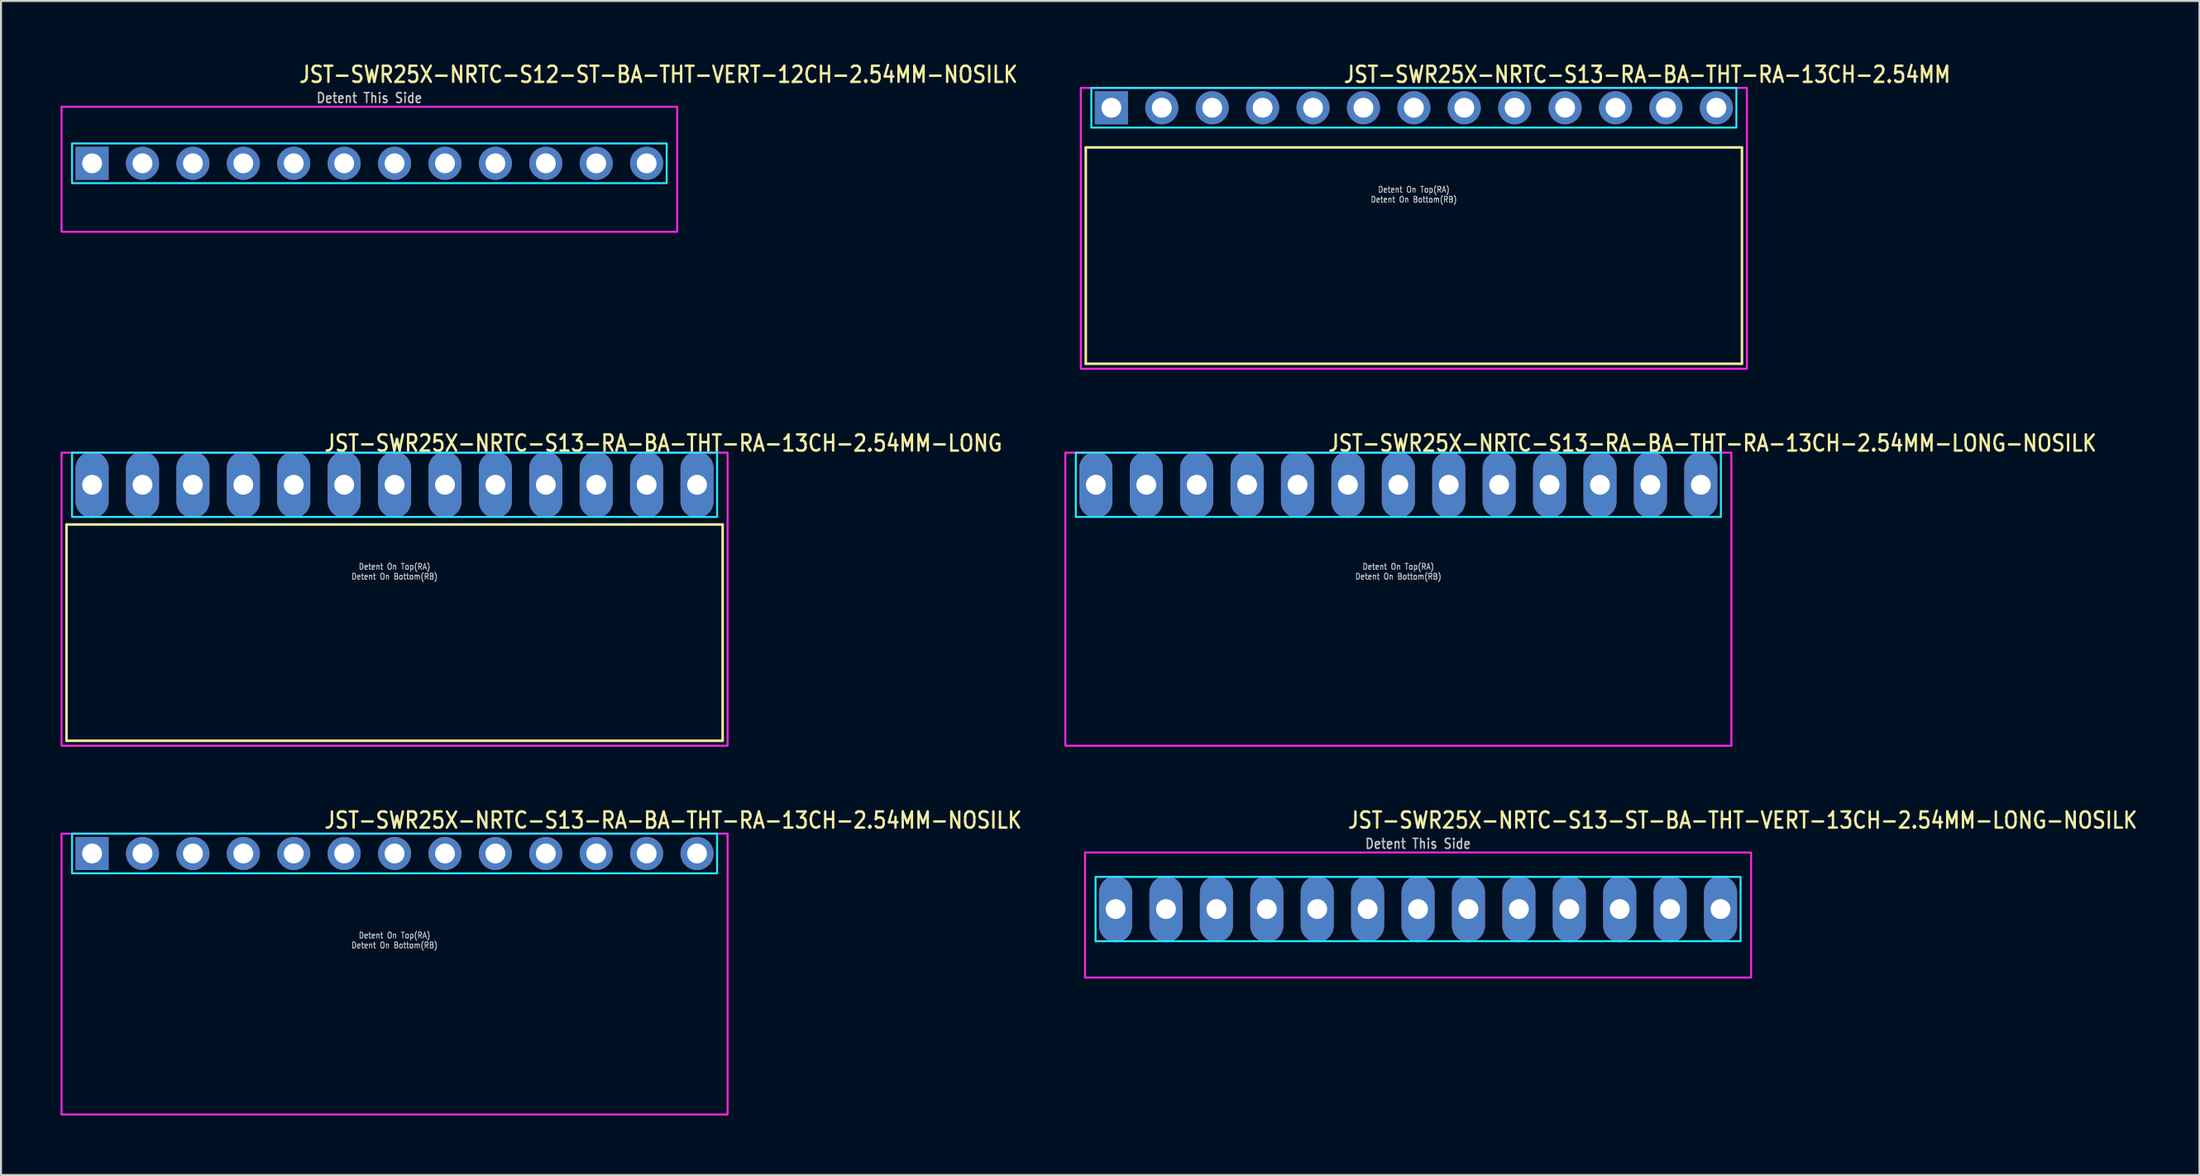
<source format=kicad_pcb>
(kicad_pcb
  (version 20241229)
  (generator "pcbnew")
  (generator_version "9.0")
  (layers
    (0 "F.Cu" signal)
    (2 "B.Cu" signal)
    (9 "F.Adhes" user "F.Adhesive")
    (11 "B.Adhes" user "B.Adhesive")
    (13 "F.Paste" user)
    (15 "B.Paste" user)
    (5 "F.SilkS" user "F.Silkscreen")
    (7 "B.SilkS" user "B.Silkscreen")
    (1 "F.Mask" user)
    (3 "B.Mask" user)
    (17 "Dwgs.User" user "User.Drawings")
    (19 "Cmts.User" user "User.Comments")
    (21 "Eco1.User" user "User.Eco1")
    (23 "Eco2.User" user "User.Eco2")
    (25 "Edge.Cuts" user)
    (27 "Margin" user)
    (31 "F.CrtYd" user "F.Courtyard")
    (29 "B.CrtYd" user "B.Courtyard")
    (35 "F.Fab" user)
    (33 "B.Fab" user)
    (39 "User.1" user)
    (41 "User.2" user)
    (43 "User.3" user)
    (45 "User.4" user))
  (footprint "JST-SWR25X-NRTC-S12-ST-BA-THT-VERT-12CH-2.54MM-NOSILK"
    (layer "F.Cu")
    (at 15.56 5.179)
    (property "Reference" "JST-SWR25X-NRTC-S12-ST-BA-THT-VERT-12CH-2.54MM-NOSILK" (at -3.6 -4 0) (unlocked yes) (layer "F.SilkS") (effects (font (size 0.813 0.695) (thickness 0.122)) (justify left bottom)))
    (fp_poly (pts (xy -14.98 -1) (xy -14.98 1) (xy 14.98 1) (xy 14.98 -1)) (stroke (width 0.1) (type solid)) (fill no) (layer "B.CrtYd"))
    (fp_poly (pts (xy -15.51 -2.85) (xy -15.51 3.45) (xy 15.51 3.45) (xy 15.51 -2.85)) (stroke (width 0.1) (type solid)) (fill no) (layer "F.CrtYd"))
    (fp_text user "Detent This Side" (at 0 -3 0) (unlocked yes) (layer "Dwgs.User") (effects (font (size 0.5 0.427) (thickness 0.075)) (justify bottom)))
    (pad "1" thru_hole rect (at -13.97 0) (size 1.667 1.667) (drill 1) (layers "*.Cu" "*.Mask"))
    (pad "2" thru_hole oval (at -11.43 0) (size 1.667 1.667) (drill 1) (layers "*.Cu" "*.Mask"))
    (pad "3" thru_hole oval (at -8.89 0) (size 1.667 1.667) (drill 1) (layers "*.Cu" "*.Mask"))
    (pad "4" thru_hole oval (at -6.35 0) (size 1.667 1.667) (drill 1) (layers "*.Cu" "*.Mask"))
    (pad "5" thru_hole oval (at -3.81 0) (size 1.667 1.667) (drill 1) (layers "*.Cu" "*.Mask"))
    (pad "6" thru_hole oval (at -1.27 0) (size 1.667 1.667) (drill 1) (layers "*.Cu" "*.Mask"))
    (pad "7" thru_hole oval (at 1.27 0) (size 1.667 1.667) (drill 1) (layers "*.Cu" "*.Mask"))
    (pad "8" thru_hole oval (at 3.81 0) (size 1.667 1.667) (drill 1) (layers "*.Cu" "*.Mask"))
    (pad "9" thru_hole oval (at 6.35 0) (size 1.667 1.667) (drill 1) (layers "*.Cu" "*.Mask"))
    (pad "10" thru_hole oval (at 8.89 0) (size 1.667 1.667) (drill 1) (layers "*.Cu" "*.Mask"))
    (pad "11" thru_hole oval (at 11.43 0) (size 1.667 1.667) (drill 1) (layers "*.Cu" "*.Mask"))
    (pad "12" thru_hole oval (at 13.97 0) (size 1.667 1.667) (drill 1) (layers "*.Cu" "*.Mask")))
  (footprint "JST-SWR25X-NRTC-S13-RA-BA-THT-RA-13CH-2.54MM-LONG"
    (layer "F.Cu")
    (at 16.83 21.377)
    (property "Reference" "JST-SWR25X-NRTC-S13-RA-BA-THT-RA-13CH-2.54MM-LONG" (at -3.6 -1.62 0) (unlocked yes) (layer "F.SilkS") (effects (font (size 0.813 0.695) (thickness 0.122)) (justify left bottom)))
    (fp_line (start -16.53 2) (end 16.53 2) (stroke (width 0.127) (type solid)) (layer "F.SilkS"))
    (fp_line (start -16.53 12.9) (end -16.53 2) (stroke (width 0.127) (type solid)) (layer "F.SilkS"))
    (fp_line (start -16.53 12.9) (end 16.53 12.9) (stroke (width 0.127) (type solid)) (layer "F.SilkS"))
    (fp_line (start 16.53 2) (end 16.53 12.9) (stroke (width 0.127) (type solid)) (layer "F.SilkS"))
    (fp_poly (pts (xy -16.25 -1.62) (xy -16.25 1.62) (xy 16.25 1.62) (xy 16.25 -1.62)) (stroke (width 0.1) (type solid)) (fill no) (layer "B.CrtYd"))
    (fp_poly (pts (xy -16.78 -1.62) (xy -16.78 13.15) (xy 16.78 13.15) (xy 16.78 -1.62)) (stroke (width 0.1) (type solid)) (fill no) (layer "F.CrtYd"))
    (fp_text user "Detent On Bottom(RB)" (at 0 4.8 0) (unlocked yes) (layer "Dwgs.User") (effects (font (size 0.3 0.257) (thickness 0.045)) (justify bottom)))
    (fp_text user "Detent On Top(RA)" (at 0 4.3 0) (unlocked yes) (layer "Dwgs.User") (effects (font (size 0.3 0.257) (thickness 0.045)) (justify bottom)))
    (pad "1" thru_hole oval (at -15.24 0 90) (size 3.333 1.667) (drill 1) (layers "*.Cu" "*.Mask"))
    (pad "2" thru_hole oval (at -12.7 0 90) (size 3.333 1.667) (drill 1) (layers "*.Cu" "*.Mask"))
    (pad "3" thru_hole oval (at -10.16 0 90) (size 3.333 1.667) (drill 1) (layers "*.Cu" "*.Mask"))
    (pad "4" thru_hole oval (at -7.62 0 90) (size 3.333 1.667) (drill 1) (layers "*.Cu" "*.Mask"))
    (pad "5" thru_hole oval (at -5.08 0 90) (size 3.333 1.667) (drill 1) (layers "*.Cu" "*.Mask"))
    (pad "6" thru_hole oval (at -2.54 0 90) (size 3.333 1.667) (drill 1) (layers "*.Cu" "*.Mask"))
    (pad "7" thru_hole oval (at 0 0 90) (size 3.333 1.667) (drill 1) (layers "*.Cu" "*.Mask"))
    (pad "8" thru_hole oval (at 2.54 0 90) (size 3.333 1.667) (drill 1) (layers "*.Cu" "*.Mask"))
    (pad "9" thru_hole oval (at 5.08 0 90) (size 3.333 1.667) (drill 1) (layers "*.Cu" "*.Mask"))
    (pad "10" thru_hole oval (at 7.62 0 90) (size 3.333 1.667) (drill 1) (layers "*.Cu" "*.Mask"))
    (pad "11" thru_hole oval (at 10.16 0 90) (size 3.333 1.667) (drill 1) (layers "*.Cu" "*.Mask"))
    (pad "12" thru_hole oval (at 12.7 0 90) (size 3.333 1.667) (drill 1) (layers "*.Cu" "*.Mask"))
    (pad "13" thru_hole oval (at 15.24 0 90) (size 3.333 1.667) (drill 1) (layers "*.Cu" "*.Mask")))
  (footprint "JST-SWR25X-NRTC-S13-RA-BA-THT-RA-13CH-2.54MM"
    (layer "F.Cu")
    (at 68.187 2.379)
    (property "Reference" "JST-SWR25X-NRTC-S13-RA-BA-THT-RA-13CH-2.54MM" (at -3.6 -1.2 0) (unlocked yes) (layer "F.SilkS") (effects (font (size 0.813 0.695) (thickness 0.122)) (justify left bottom)))
    (fp_line (start -16.53 2) (end 16.53 2) (stroke (width 0.127) (type solid)) (layer "F.SilkS"))
    (fp_line (start -16.53 12.9) (end -16.53 2) (stroke (width 0.127) (type solid)) (layer "F.SilkS"))
    (fp_line (start -16.53 12.9) (end 16.53 12.9) (stroke (width 0.127) (type solid)) (layer "F.SilkS"))
    (fp_line (start 16.53 2) (end 16.53 12.9) (stroke (width 0.127) (type solid)) (layer "F.SilkS"))
    (fp_poly (pts (xy -16.25 -1) (xy -16.25 1) (xy 16.25 1) (xy 16.25 -1)) (stroke (width 0.1) (type solid)) (fill no) (layer "B.CrtYd"))
    (fp_poly (pts (xy -16.78 -1) (xy -16.78 13.15) (xy 16.78 13.15) (xy 16.78 -1)) (stroke (width 0.1) (type solid)) (fill no) (layer "F.CrtYd"))
    (fp_text user "Detent On Bottom(RB)" (at 0 4.8 0) (unlocked yes) (layer "Dwgs.User") (effects (font (size 0.3 0.257) (thickness 0.045)) (justify bottom)))
    (fp_text user "Detent On Top(RA)" (at 0 4.3 0) (unlocked yes) (layer "Dwgs.User") (effects (font (size 0.3 0.257) (thickness 0.045)) (justify bottom)))
    (pad "1" thru_hole rect (at -15.24 0) (size 1.667 1.667) (drill 1) (layers "*.Cu" "*.Mask"))
    (pad "2" thru_hole oval (at -12.7 0) (size 1.667 1.667) (drill 1) (layers "*.Cu" "*.Mask"))
    (pad "3" thru_hole oval (at -10.16 0) (size 1.667 1.667) (drill 1) (layers "*.Cu" "*.Mask"))
    (pad "4" thru_hole oval (at -7.62 0) (size 1.667 1.667) (drill 1) (layers "*.Cu" "*.Mask"))
    (pad "5" thru_hole oval (at -5.08 0) (size 1.667 1.667) (drill 1) (layers "*.Cu" "*.Mask"))
    (pad "6" thru_hole oval (at -2.54 0) (size 1.667 1.667) (drill 1) (layers "*.Cu" "*.Mask"))
    (pad "7" thru_hole oval (at 0 0) (size 1.667 1.667) (drill 1) (layers "*.Cu" "*.Mask"))
    (pad "8" thru_hole oval (at 2.54 0) (size 1.667 1.667) (drill 1) (layers "*.Cu" "*.Mask"))
    (pad "9" thru_hole oval (at 5.08 0) (size 1.667 1.667) (drill 1) (layers "*.Cu" "*.Mask"))
    (pad "10" thru_hole oval (at 7.62 0) (size 1.667 1.667) (drill 1) (layers "*.Cu" "*.Mask"))
    (pad "11" thru_hole oval (at 10.16 0) (size 1.667 1.667) (drill 1) (layers "*.Cu" "*.Mask"))
    (pad "12" thru_hole oval (at 12.7 0) (size 1.667 1.667) (drill 1) (layers "*.Cu" "*.Mask"))
    (pad "13" thru_hole oval (at 15.24 0) (size 1.667 1.667) (drill 1) (layers "*.Cu" "*.Mask")))
  (footprint "JST-SWR25X-NRTC-S13-RA-BA-THT-RA-13CH-2.54MM-NOSILK"
    (layer "F.Cu")
    (at 16.83 39.956)
    (property "Reference" "JST-SWR25X-NRTC-S13-RA-BA-THT-RA-13CH-2.54MM-NOSILK" (at -3.6 -1.2 0) (unlocked yes) (layer "F.SilkS") (effects (font (size 0.813 0.695) (thickness 0.122)) (justify left bottom)))
    (fp_poly (pts (xy -16.25 -1) (xy -16.25 1) (xy 16.25 1) (xy 16.25 -1)) (stroke (width 0.1) (type solid)) (fill no) (layer "B.CrtYd"))
    (fp_poly (pts (xy -16.78 -1) (xy -16.78 13.15) (xy 16.78 13.15) (xy 16.78 -1)) (stroke (width 0.1) (type solid)) (fill no) (layer "F.CrtYd"))
    (fp_text user "Detent On Bottom(RB)" (at 0 4.8 0) (unlocked yes) (layer "Dwgs.User") (effects (font (size 0.3 0.257) (thickness 0.045)) (justify bottom)))
    (fp_text user "Detent On Top(RA)" (at 0 4.3 0) (unlocked yes) (layer "Dwgs.User") (effects (font (size 0.3 0.257) (thickness 0.045)) (justify bottom)))
    (pad "1" thru_hole rect (at -15.24 0) (size 1.667 1.667) (drill 1) (layers "*.Cu" "*.Mask"))
    (pad "2" thru_hole oval (at -12.7 0) (size 1.667 1.667) (drill 1) (layers "*.Cu" "*.Mask"))
    (pad "3" thru_hole oval (at -10.16 0) (size 1.667 1.667) (drill 1) (layers "*.Cu" "*.Mask"))
    (pad "4" thru_hole oval (at -7.62 0) (size 1.667 1.667) (drill 1) (layers "*.Cu" "*.Mask"))
    (pad "5" thru_hole oval (at -5.08 0) (size 1.667 1.667) (drill 1) (layers "*.Cu" "*.Mask"))
    (pad "6" thru_hole oval (at -2.54 0) (size 1.667 1.667) (drill 1) (layers "*.Cu" "*.Mask"))
    (pad "7" thru_hole oval (at 0 0) (size 1.667 1.667) (drill 1) (layers "*.Cu" "*.Mask"))
    (pad "8" thru_hole oval (at 2.54 0) (size 1.667 1.667) (drill 1) (layers "*.Cu" "*.Mask"))
    (pad "9" thru_hole oval (at 5.08 0) (size 1.667 1.667) (drill 1) (layers "*.Cu" "*.Mask"))
    (pad "10" thru_hole oval (at 7.62 0) (size 1.667 1.667) (drill 1) (layers "*.Cu" "*.Mask"))
    (pad "11" thru_hole oval (at 10.16 0) (size 1.667 1.667) (drill 1) (layers "*.Cu" "*.Mask"))
    (pad "12" thru_hole oval (at 12.7 0) (size 1.667 1.667) (drill 1) (layers "*.Cu" "*.Mask"))
    (pad "13" thru_hole oval (at 15.24 0) (size 1.667 1.667) (drill 1) (layers "*.Cu" "*.Mask")))
  (footprint "JST-SWR25X-NRTC-S13-ST-BA-THT-VERT-13CH-2.54MM-LONG-NOSILK"
    (layer "F.Cu")
    (at 68.398 42.756)
    (property "Reference" "JST-SWR25X-NRTC-S13-ST-BA-THT-VERT-13CH-2.54MM-LONG-NOSILK" (at -3.6 -4 0) (unlocked yes) (layer "F.SilkS") (effects (font (size 0.813 0.695) (thickness 0.122)) (justify left bottom)))
    (fp_poly (pts (xy -16.25 -1.62) (xy -16.25 1.62) (xy 16.25 1.62) (xy 16.25 -1.62)) (stroke (width 0.1) (type solid)) (fill no) (layer "B.CrtYd"))
    (fp_poly (pts (xy -16.78 -2.85) (xy -16.78 3.45) (xy 16.78 3.45) (xy 16.78 -2.85)) (stroke (width 0.1) (type solid)) (fill no) (layer "F.CrtYd"))
    (fp_text user "Detent This Side" (at 0 -3 0) (unlocked yes) (layer "Dwgs.User") (effects (font (size 0.5 0.427) (thickness 0.075)) (justify bottom)))
    (pad "1" thru_hole oval (at -15.24 0 90) (size 3.333 1.667) (drill 1) (layers "*.Cu" "*.Mask"))
    (pad "2" thru_hole oval (at -12.7 0 90) (size 3.333 1.667) (drill 1) (layers "*.Cu" "*.Mask"))
    (pad "3" thru_hole oval (at -10.16 0 90) (size 3.333 1.667) (drill 1) (layers "*.Cu" "*.Mask"))
    (pad "4" thru_hole oval (at -7.62 0 90) (size 3.333 1.667) (drill 1) (layers "*.Cu" "*.Mask"))
    (pad "5" thru_hole oval (at -5.08 0 90) (size 3.333 1.667) (drill 1) (layers "*.Cu" "*.Mask"))
    (pad "6" thru_hole oval (at -2.54 0 90) (size 3.333 1.667) (drill 1) (layers "*.Cu" "*.Mask"))
    (pad "7" thru_hole oval (at 0 0 90) (size 3.333 1.667) (drill 1) (layers "*.Cu" "*.Mask"))
    (pad "8" thru_hole oval (at 2.54 0 90) (size 3.333 1.667) (drill 1) (layers "*.Cu" "*.Mask"))
    (pad "9" thru_hole oval (at 5.08 0 90) (size 3.333 1.667) (drill 1) (layers "*.Cu" "*.Mask"))
    (pad "10" thru_hole oval (at 7.62 0 90) (size 3.333 1.667) (drill 1) (layers "*.Cu" "*.Mask"))
    (pad "11" thru_hole oval (at 10.16 0 90) (size 3.333 1.667) (drill 1) (layers "*.Cu" "*.Mask"))
    (pad "12" thru_hole oval (at 12.7 0 90) (size 3.333 1.667) (drill 1) (layers "*.Cu" "*.Mask"))
    (pad "13" thru_hole oval (at 15.24 0 90) (size 3.333 1.667) (drill 1) (layers "*.Cu" "*.Mask")))
  (footprint "JST-SWR25X-NRTC-S13-RA-BA-THT-RA-13CH-2.54MM-LONG-NOSILK"
    (layer "F.Cu")
    (at 67.405 21.377)
    (property "Reference" "JST-SWR25X-NRTC-S13-RA-BA-THT-RA-13CH-2.54MM-LONG-NOSILK" (at -3.6 -1.62 0) (unlocked yes) (layer "F.SilkS") (effects (font (size 0.813 0.695) (thickness 0.122)) (justify left bottom)))
    (fp_poly (pts (xy -16.25 -1.62) (xy -16.25 1.62) (xy 16.25 1.62) (xy 16.25 -1.62)) (stroke (width 0.1) (type solid)) (fill no) (layer "B.CrtYd"))
    (fp_poly (pts (xy -16.78 -1.62) (xy -16.78 13.15) (xy 16.78 13.15) (xy 16.78 -1.62)) (stroke (width 0.1) (type solid)) (fill no) (layer "F.CrtYd"))
    (fp_text user "Detent On Bottom(RB)" (at 0 4.8 0) (unlocked yes) (layer "Dwgs.User") (effects (font (size 0.3 0.257) (thickness 0.045)) (justify bottom)))
    (fp_text user "Detent On Top(RA)" (at 0 4.3 0) (unlocked yes) (layer "Dwgs.User") (effects (font (size 0.3 0.257) (thickness 0.045)) (justify bottom)))
    (pad "1" thru_hole oval (at -15.24 0 90) (size 3.333 1.667) (drill 1) (layers "*.Cu" "*.Mask"))
    (pad "2" thru_hole oval (at -12.7 0 90) (size 3.333 1.667) (drill 1) (layers "*.Cu" "*.Mask"))
    (pad "3" thru_hole oval (at -10.16 0 90) (size 3.333 1.667) (drill 1) (layers "*.Cu" "*.Mask"))
    (pad "4" thru_hole oval (at -7.62 0 90) (size 3.333 1.667) (drill 1) (layers "*.Cu" "*.Mask"))
    (pad "5" thru_hole oval (at -5.08 0 90) (size 3.333 1.667) (drill 1) (layers "*.Cu" "*.Mask"))
    (pad "6" thru_hole oval (at -2.54 0 90) (size 3.333 1.667) (drill 1) (layers "*.Cu" "*.Mask"))
    (pad "7" thru_hole oval (at 0 0 90) (size 3.333 1.667) (drill 1) (layers "*.Cu" "*.Mask"))
    (pad "8" thru_hole oval (at 2.54 0 90) (size 3.333 1.667) (drill 1) (layers "*.Cu" "*.Mask"))
    (pad "9" thru_hole oval (at 5.08 0 90) (size 3.333 1.667) (drill 1) (layers "*.Cu" "*.Mask"))
    (pad "10" thru_hole oval (at 7.62 0 90) (size 3.333 1.667) (drill 1) (layers "*.Cu" "*.Mask"))
    (pad "11" thru_hole oval (at 10.16 0 90) (size 3.333 1.667) (drill 1) (layers "*.Cu" "*.Mask"))
    (pad "12" thru_hole oval (at 12.7 0 90) (size 3.333 1.667) (drill 1) (layers "*.Cu" "*.Mask"))
    (pad "13" thru_hole oval (at 15.24 0 90) (size 3.333 1.667) (drill 1) (layers "*.Cu" "*.Mask")))
  (gr_rect
    (start -3 -3)
    (end 107.769 56.156)
    (stroke (width 0.1) (type default))
    (fill no)
    (layer "Edge.Cuts")))
</source>
